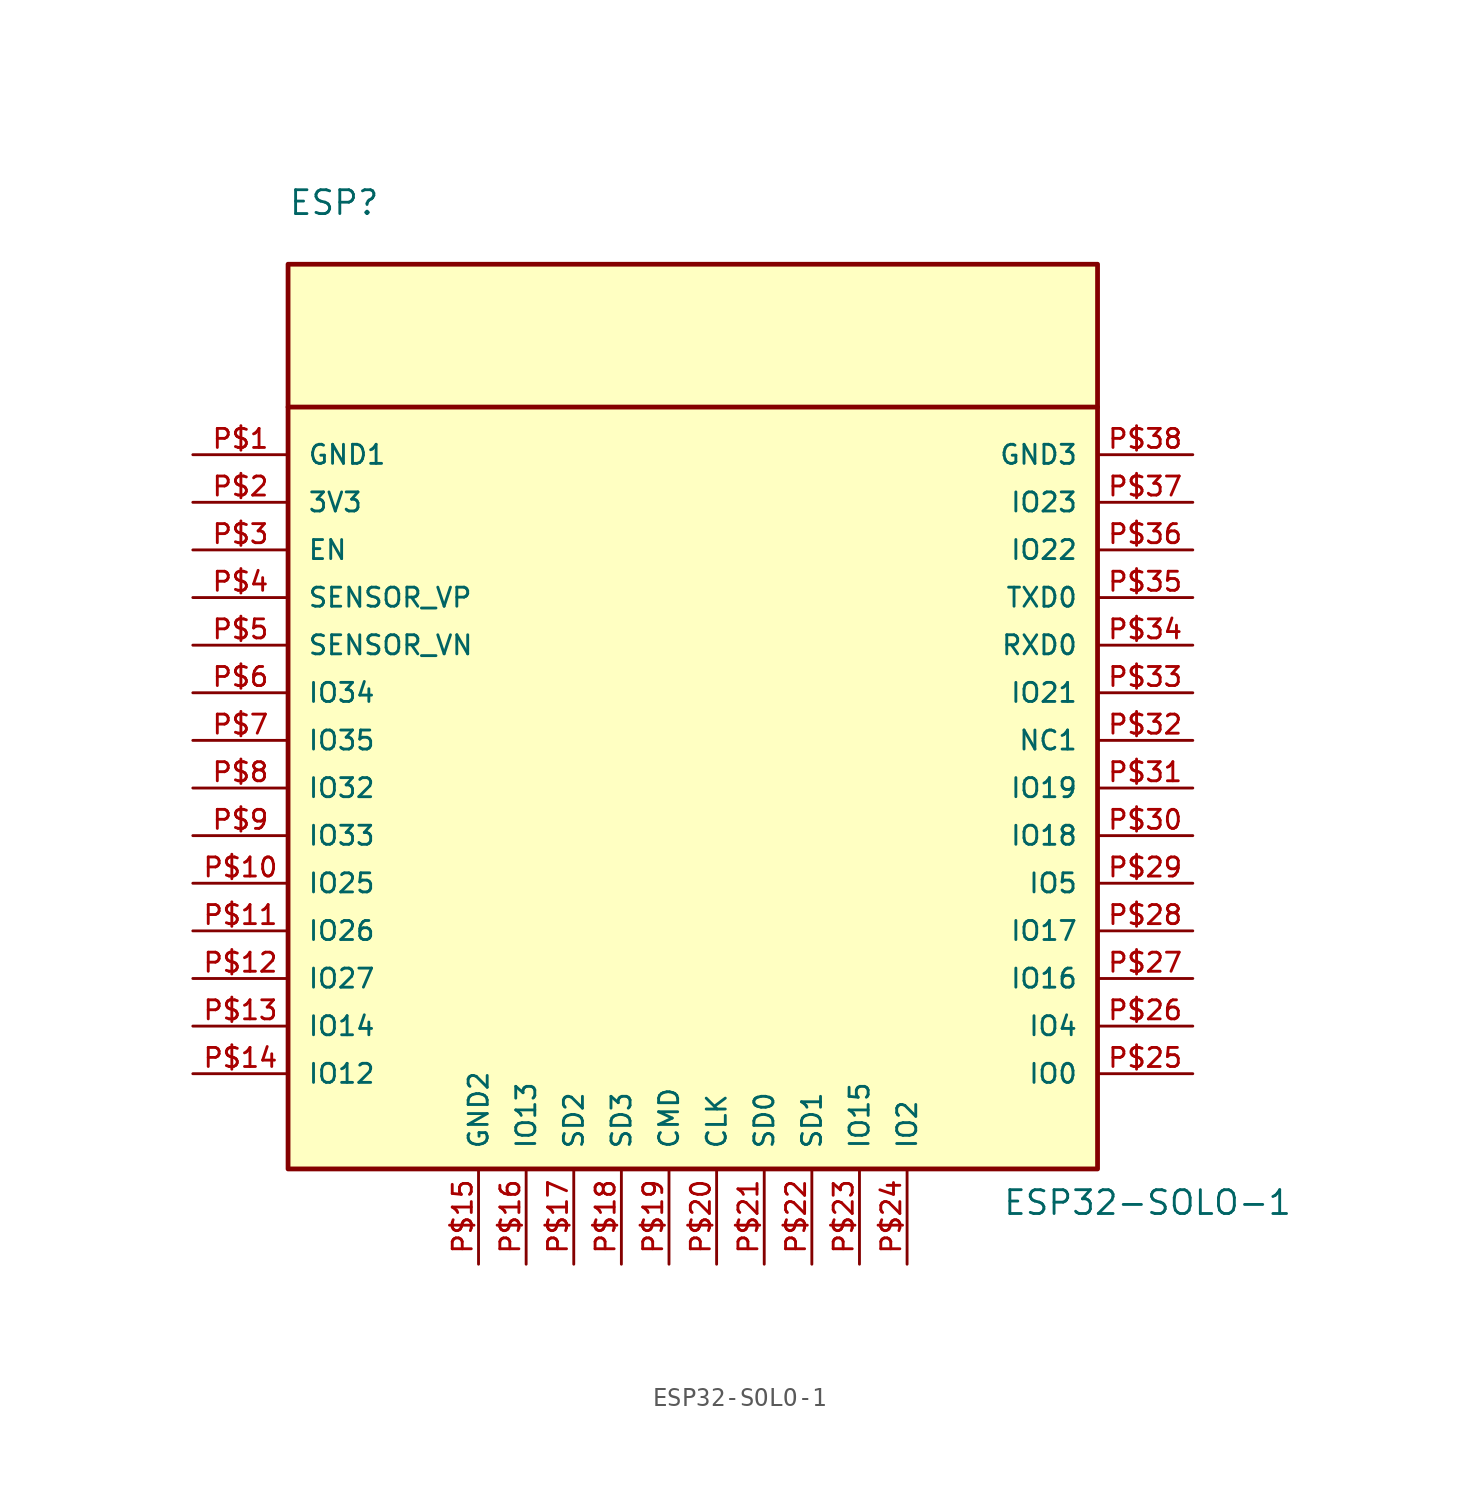
<source format=kicad_sym>
(kicad_symbol_lib
  (version 20211014)
  (generator kicad_symbol_editor)
  (symbol "ESP32-SOLO-1"
    (pin_names
      (offset 1.016))
    (property "Reference" "ESP"
      (at -20.32 27.94 0)
      (effects (font (size 1.27 1.27)) (justify bottom left)))
    (property "Value" "ESP32-SOLO-1"
      (at 17.78 -25.4 0)
      (effects (font (size 1.27 1.27)) (justify bottom left)))
    (symbol "ESP32-SOLO-1_0_0"
      (polyline (pts (xy -20.32 17.78) (xy 22.86 17.78)) (stroke (width 0.254)))
      (rectangle (start -20.32 -22.86) (end 22.86 25.4) (stroke (width 0.254)) (fill (type background)))
      (pin bidirectional line (at -25.4 15.24 0) (length 5.08) (name "GND1" (effects (font (size 1.016 1.016)))) (number "P$1" (effects (font (size 1.016 1.016)))))
      (pin bidirectional line (at -25.4 12.7 0) (length 5.08) (name "3V3" (effects (font (size 1.016 1.016)))) (number "P$2" (effects (font (size 1.016 1.016)))))
      (pin bidirectional line (at -25.4 10.16 0) (length 5.08) (name "EN" (effects (font (size 1.016 1.016)))) (number "P$3" (effects (font (size 1.016 1.016)))))
      (pin bidirectional line (at -25.4 7.62 0) (length 5.08) (name "SENSOR_VP" (effects (font (size 1.016 1.016)))) (number "P$4" (effects (font (size 1.016 1.016)))))
      (pin bidirectional line (at -25.4 5.08 0) (length 5.08) (name "SENSOR_VN" (effects (font (size 1.016 1.016)))) (number "P$5" (effects (font (size 1.016 1.016)))))
      (pin bidirectional line (at -25.4 2.54 0) (length 5.08) (name "IO34" (effects (font (size 1.016 1.016)))) (number "P$6" (effects (font (size 1.016 1.016)))))
      (pin bidirectional line (at -25.4 0.0 0) (length 5.08) (name "IO35" (effects (font (size 1.016 1.016)))) (number "P$7" (effects (font (size 1.016 1.016)))))
      (pin bidirectional line (at -25.4 -2.54 0) (length 5.08) (name "IO32" (effects (font (size 1.016 1.016)))) (number "P$8" (effects (font (size 1.016 1.016)))))
      (pin bidirectional line (at -25.4 -5.08 0) (length 5.08) (name "IO33" (effects (font (size 1.016 1.016)))) (number "P$9" (effects (font (size 1.016 1.016)))))
      (pin bidirectional line (at -25.4 -7.62 0) (length 5.08) (name "IO25" (effects (font (size 1.016 1.016)))) (number "P$10" (effects (font (size 1.016 1.016)))))
      (pin bidirectional line (at -25.4 -10.16 0) (length 5.08) (name "IO26" (effects (font (size 1.016 1.016)))) (number "P$11" (effects (font (size 1.016 1.016)))))
      (pin bidirectional line (at -25.4 -12.7 0) (length 5.08) (name "IO27" (effects (font (size 1.016 1.016)))) (number "P$12" (effects (font (size 1.016 1.016)))))
      (pin bidirectional line (at -25.4 -15.24 0) (length 5.08) (name "IO14" (effects (font (size 1.016 1.016)))) (number "P$13" (effects (font (size 1.016 1.016)))))
      (pin bidirectional line (at -25.4 -17.78 0) (length 5.08) (name "IO12" (effects (font (size 1.016 1.016)))) (number "P$14" (effects (font (size 1.016 1.016)))))
      (pin bidirectional line (at -10.16 -27.94 90.0) (length 5.08) (name "GND2" (effects (font (size 1.016 1.016)))) (number "P$15" (effects (font (size 1.016 1.016)))))
      (pin bidirectional line (at -7.62 -27.94 90.0) (length 5.08) (name "IO13" (effects (font (size 1.016 1.016)))) (number "P$16" (effects (font (size 1.016 1.016)))))
      (pin bidirectional line (at -5.08 -27.94 90.0) (length 5.08) (name "SD2" (effects (font (size 1.016 1.016)))) (number "P$17" (effects (font (size 1.016 1.016)))))
      (pin bidirectional line (at -2.54 -27.94 90.0) (length 5.08) (name "SD3" (effects (font (size 1.016 1.016)))) (number "P$18" (effects (font (size 1.016 1.016)))))
      (pin bidirectional line (at 0.0 -27.94 90.0) (length 5.08) (name "CMD" (effects (font (size 1.016 1.016)))) (number "P$19" (effects (font (size 1.016 1.016)))))
      (pin bidirectional line (at 2.54 -27.94 90.0) (length 5.08) (name "CLK" (effects (font (size 1.016 1.016)))) (number "P$20" (effects (font (size 1.016 1.016)))))
      (pin bidirectional line (at 5.08 -27.94 90.0) (length 5.08) (name "SD0" (effects (font (size 1.016 1.016)))) (number "P$21" (effects (font (size 1.016 1.016)))))
      (pin bidirectional line (at 7.62 -27.94 90.0) (length 5.08) (name "SD1" (effects (font (size 1.016 1.016)))) (number "P$22" (effects (font (size 1.016 1.016)))))
      (pin bidirectional line (at 10.16 -27.94 90.0) (length 5.08) (name "IO15" (effects (font (size 1.016 1.016)))) (number "P$23" (effects (font (size 1.016 1.016)))))
      (pin bidirectional line (at 12.7 -27.94 90.0) (length 5.08) (name "IO2" (effects (font (size 1.016 1.016)))) (number "P$24" (effects (font (size 1.016 1.016)))))
      (pin bidirectional line (at 27.94 -17.78 180.0) (length 5.08) (name "IO0" (effects (font (size 1.016 1.016)))) (number "P$25" (effects (font (size 1.016 1.016)))))
      (pin bidirectional line (at 27.94 -15.24 180.0) (length 5.08) (name "IO4" (effects (font (size 1.016 1.016)))) (number "P$26" (effects (font (size 1.016 1.016)))))
      (pin bidirectional line (at 27.94 -12.7 180.0) (length 5.08) (name "IO16" (effects (font (size 1.016 1.016)))) (number "P$27" (effects (font (size 1.016 1.016)))))
      (pin bidirectional line (at 27.94 -10.16 180.0) (length 5.08) (name "IO17" (effects (font (size 1.016 1.016)))) (number "P$28" (effects (font (size 1.016 1.016)))))
      (pin bidirectional line (at 27.94 -7.62 180.0) (length 5.08) (name "IO5" (effects (font (size 1.016 1.016)))) (number "P$29" (effects (font (size 1.016 1.016)))))
      (pin bidirectional line (at 27.94 -5.08 180.0) (length 5.08) (name "IO18" (effects (font (size 1.016 1.016)))) (number "P$30" (effects (font (size 1.016 1.016)))))
      (pin bidirectional line (at 27.94 -2.54 180.0) (length 5.08) (name "IO19" (effects (font (size 1.016 1.016)))) (number "P$31" (effects (font (size 1.016 1.016)))))
      (pin bidirectional line (at 27.94 0.0 180.0) (length 5.08) (name "NC1" (effects (font (size 1.016 1.016)))) (number "P$32" (effects (font (size 1.016 1.016)))))
      (pin bidirectional line (at 27.94 2.54 180.0) (length 5.08) (name "IO21" (effects (font (size 1.016 1.016)))) (number "P$33" (effects (font (size 1.016 1.016)))))
      (pin bidirectional line (at 27.94 5.08 180.0) (length 5.08) (name "RXD0" (effects (font (size 1.016 1.016)))) (number "P$34" (effects (font (size 1.016 1.016)))))
      (pin bidirectional line (at 27.94 7.62 180.0) (length 5.08) (name "TXD0" (effects (font (size 1.016 1.016)))) (number "P$35" (effects (font (size 1.016 1.016)))))
      (pin bidirectional line (at 27.94 10.16 180.0) (length 5.08) (name "IO22" (effects (font (size 1.016 1.016)))) (number "P$36" (effects (font (size 1.016 1.016)))))
      (pin bidirectional line (at 27.94 12.7 180.0) (length 5.08) (name "IO23" (effects (font (size 1.016 1.016)))) (number "P$37" (effects (font (size 1.016 1.016)))))
      (pin bidirectional line (at 27.94 15.24 180.0) (length 5.08) (name "GND3" (effects (font (size 1.016 1.016)))) (number "P$38" (effects (font (size 1.016 1.016))))))))
</source>
